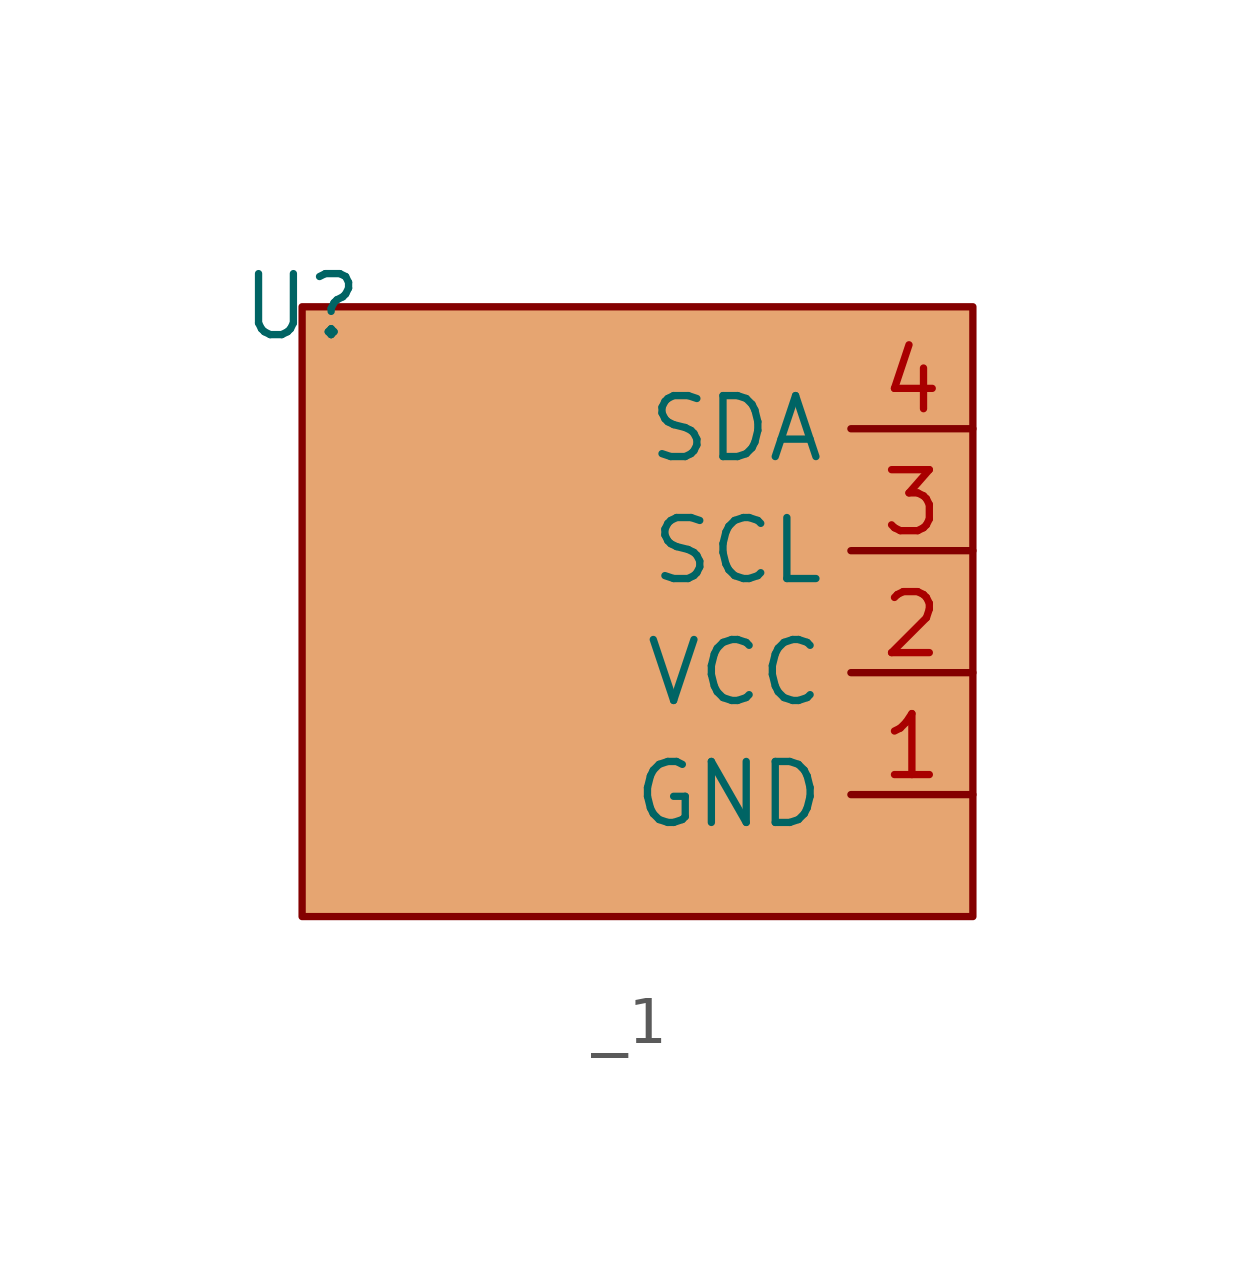
<source format=kicad_sym>
(kicad_symbol_lib
  (version 20241209)
  (generator "kicad_symbol_editor")
  (generator_version "9.0")
  (symbol "_1"
    (property "Reference" "U"
      (at 0 0 0)
      (effects (font (size 1.27 1.27))))
    (property "Value" ""
      (at 0 0 0)
      (effects (font (size 1.27 1.27))))
    (symbol "_1_1_1"
      (rectangle (start 0 0) (end 13.97 -12.7) (stroke (width 0) (type solid)) (fill (type color) (color 230 165 113 1)))
      (pin input line (at 13.97 -2.54 180) (length 2.54) (name "SDA" (effects (font (size 1.27 1.27)))) (number "4" (effects (font (size 1.27 1.27)))))
      (pin input line (at 13.97 -5.08 180) (length 2.54) (name "SCL" (effects (font (size 1.27 1.27)))) (number "3" (effects (font (size 1.27 1.27)))))
      (pin input line (at 13.97 -7.62 180) (length 2.54) (name "VCC" (effects (font (size 1.27 1.27)))) (number "2" (effects (font (size 1.27 1.27)))))
      (pin input line (at 13.97 -10.16 180) (length 2.54) (name "GND" (effects (font (size 1.27 1.27)))) (number "1" (effects (font (size 1.27 1.27))))))))
</source>
